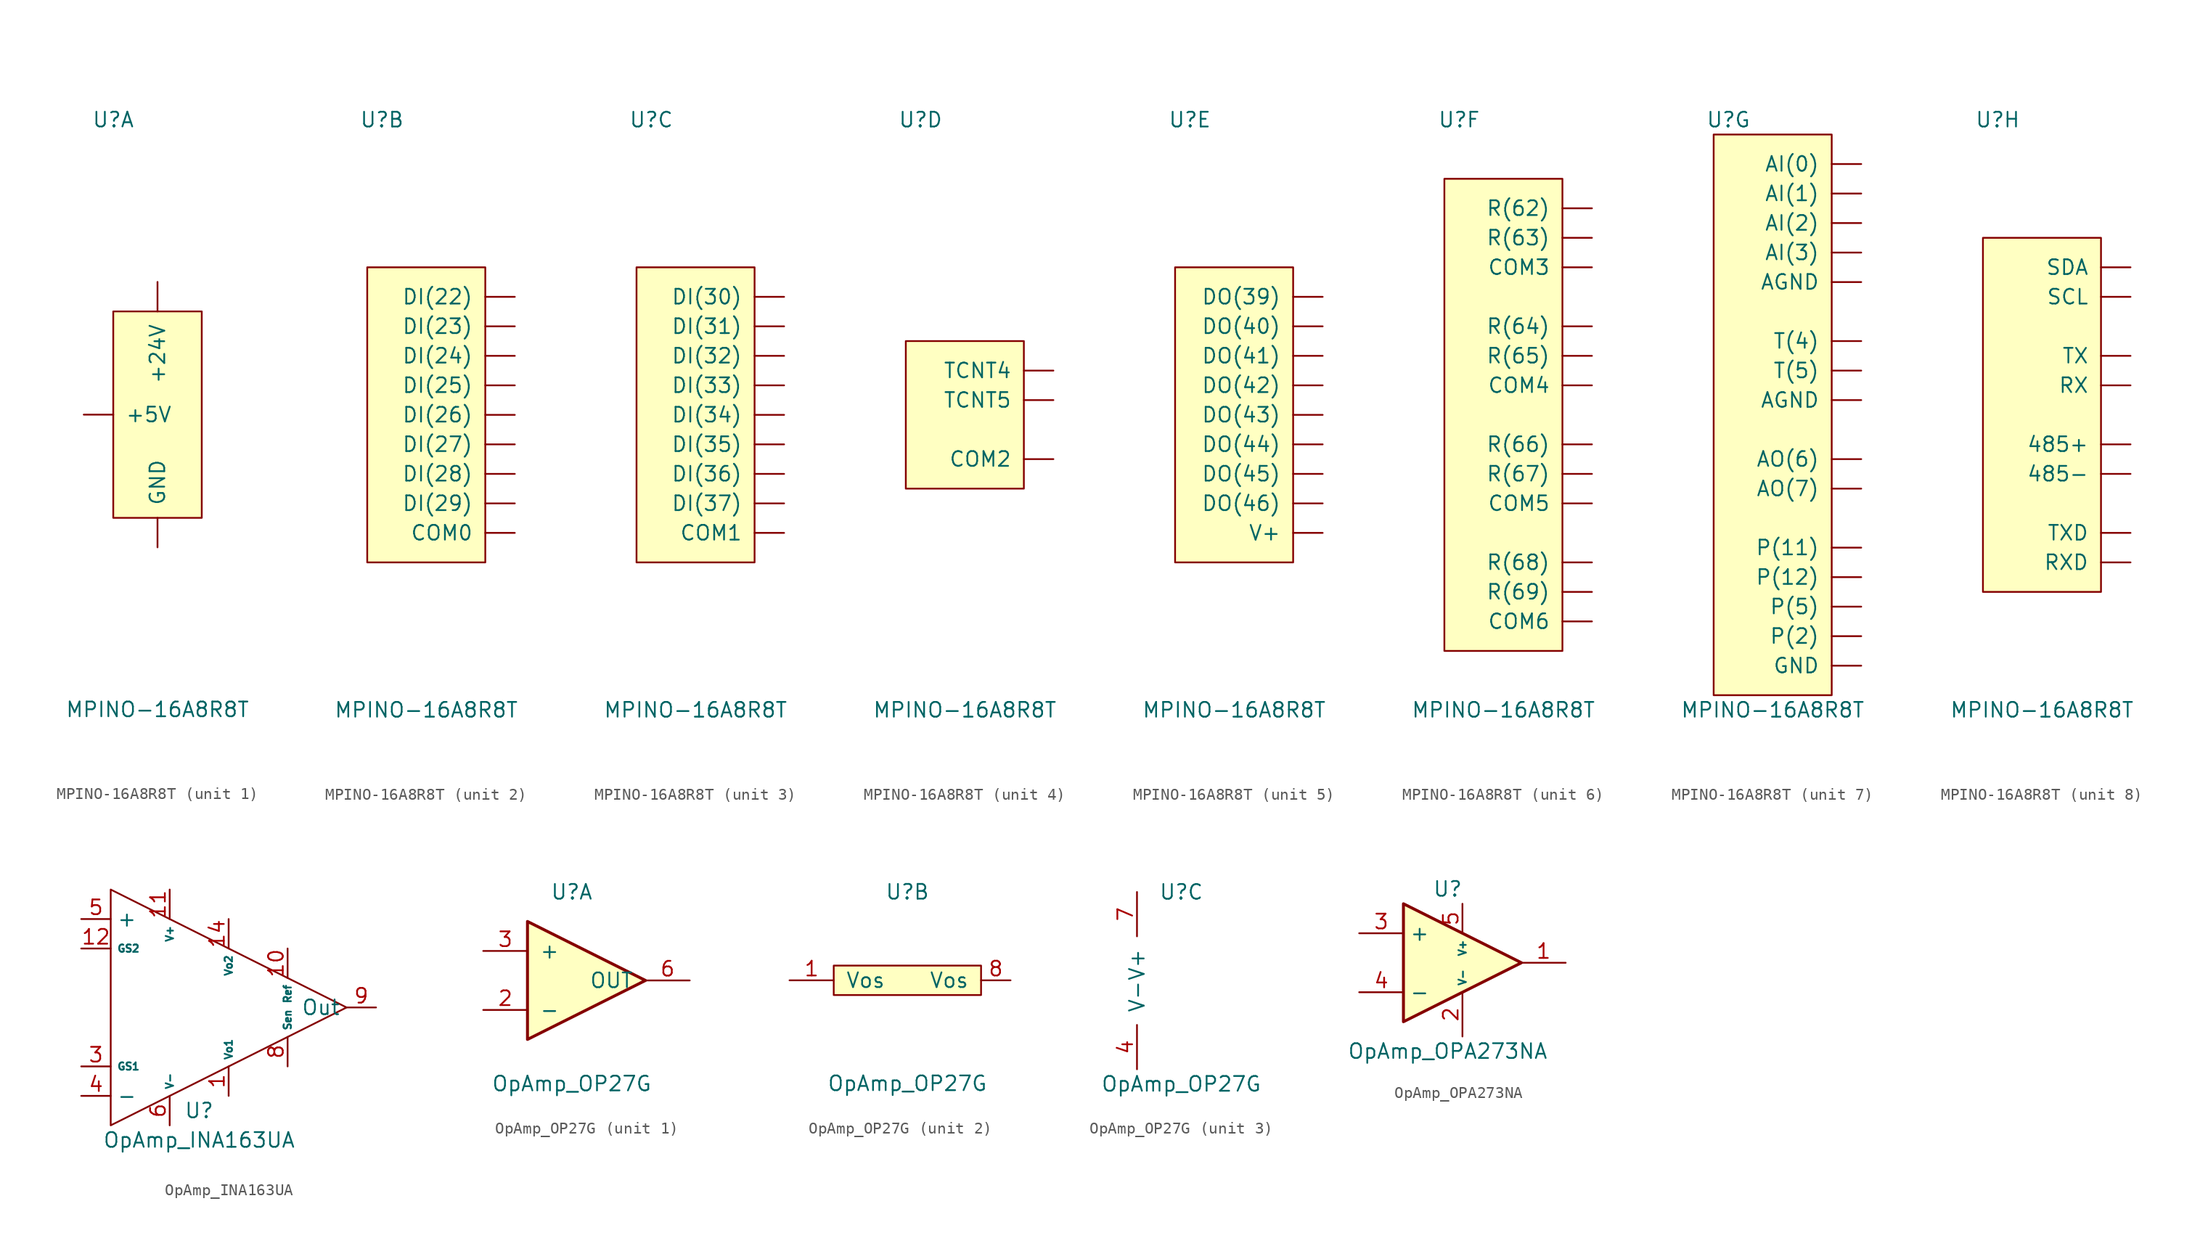
<source format=kicad_sym>
(kicad_symbol_lib
  (version 20211014)
  (generator kicad_symbol_editor)
  (symbol "MPINO-16A8R8T"
    (pin_names
      (offset 1.016))
    (property "Reference" "U"
      (at -3.81 25.4 0)
      (effects (font (size 1.27 1.27))))
    (property "Value" "MPINO-16A8R8T"
      (at 0 -25.4 0)
      (effects (font (size 1.27 1.27))))
    (property "ki_locked" ""
      (at 0 0 0)
      (effects (font (size 1.27 1.27))))
    (symbol "MPINO-16A8R8T_1_1"
      (rectangle (start -3.81 8.89) (end 3.81 -8.89) (stroke (width 0) (type default) (color 0 0 0 0)) (fill (type background)))
      (pin input line (at 0 11.43 270) (length 2.54) (name "+24V" (effects (font (size 1.27 1.27)))) (number "~" (effects (font (size 1.27 1.27)))))
      (pin input line (at -6.35 0 0) (length 2.54) (name "+5V" (effects (font (size 1.27 1.27)))) (number "~" (effects (font (size 1.27 1.27)))))
      (pin input line (at 0 -11.43 90) (length 2.54) (name "GND" (effects (font (size 1.27 1.27)))) (number "~" (effects (font (size 1.27 1.27))))))
    (symbol "MPINO-16A8R8T_2_1"
      (rectangle (start -5.08 12.7) (end 5.08 -12.7) (stroke (width 0) (type default) (color 0 0 0 0)) (fill (type background)))
      (pin input line (at 7.62 -10.16 180) (length 2.54) (name "COM0" (effects (font (size 1.27 1.27)))) (number "~" (effects (font (size 1.27 1.27)))))
      (pin input line (at 7.62 10.16 180) (length 2.54) (name "DI(22)" (effects (font (size 1.27 1.27)))) (number "~" (effects (font (size 1.27 1.27)))))
      (pin input line (at 7.62 7.62 180) (length 2.54) (name "DI(23)" (effects (font (size 1.27 1.27)))) (number "~" (effects (font (size 1.27 1.27)))))
      (pin input line (at 7.62 5.08 180) (length 2.54) (name "DI(24)" (effects (font (size 1.27 1.27)))) (number "~" (effects (font (size 1.27 1.27)))))
      (pin input line (at 7.62 2.54 180) (length 2.54) (name "DI(25)" (effects (font (size 1.27 1.27)))) (number "~" (effects (font (size 1.27 1.27)))))
      (pin input line (at 7.62 0 180) (length 2.54) (name "DI(26)" (effects (font (size 1.27 1.27)))) (number "~" (effects (font (size 1.27 1.27)))))
      (pin input line (at 7.62 -2.54 180) (length 2.54) (name "DI(27)" (effects (font (size 1.27 1.27)))) (number "~" (effects (font (size 1.27 1.27)))))
      (pin input line (at 7.62 -5.08 180) (length 2.54) (name "DI(28)" (effects (font (size 1.27 1.27)))) (number "~" (effects (font (size 1.27 1.27)))))
      (pin input line (at 7.62 -7.62 180) (length 2.54) (name "DI(29)" (effects (font (size 1.27 1.27)))) (number "~" (effects (font (size 1.27 1.27))))))
    (symbol "MPINO-16A8R8T_3_1"
      (rectangle (start -5.08 12.7) (end 5.08 -12.7) (stroke (width 0) (type default) (color 0 0 0 0)) (fill (type background)))
      (pin input line (at 7.62 -10.16 180) (length 2.54) (name "COM1" (effects (font (size 1.27 1.27)))) (number "~" (effects (font (size 1.27 1.27)))))
      (pin input line (at 7.62 10.16 180) (length 2.54) (name "DI(30)" (effects (font (size 1.27 1.27)))) (number "~" (effects (font (size 1.27 1.27)))))
      (pin input line (at 7.62 7.62 180) (length 2.54) (name "DI(31)" (effects (font (size 1.27 1.27)))) (number "~" (effects (font (size 1.27 1.27)))))
      (pin input line (at 7.62 5.08 180) (length 2.54) (name "DI(32)" (effects (font (size 1.27 1.27)))) (number "~" (effects (font (size 1.27 1.27)))))
      (pin input line (at 7.62 2.54 180) (length 2.54) (name "DI(33)" (effects (font (size 1.27 1.27)))) (number "~" (effects (font (size 1.27 1.27)))))
      (pin input line (at 7.62 0 180) (length 2.54) (name "DI(34)" (effects (font (size 1.27 1.27)))) (number "~" (effects (font (size 1.27 1.27)))))
      (pin input line (at 7.62 -2.54 180) (length 2.54) (name "DI(35)" (effects (font (size 1.27 1.27)))) (number "~" (effects (font (size 1.27 1.27)))))
      (pin input line (at 7.62 -5.08 180) (length 2.54) (name "DI(36)" (effects (font (size 1.27 1.27)))) (number "~" (effects (font (size 1.27 1.27)))))
      (pin input line (at 7.62 -7.62 180) (length 2.54) (name "DI(37)" (effects (font (size 1.27 1.27)))) (number "~" (effects (font (size 1.27 1.27))))))
    (symbol "MPINO-16A8R8T_4_1"
      (rectangle (start -5.08 6.35) (end 5.08 -6.35) (stroke (width 0) (type default) (color 0 0 0 0)) (fill (type background)))
      (pin input line (at 7.62 -3.81 180) (length 2.54) (name "COM2" (effects (font (size 1.27 1.27)))) (number "~" (effects (font (size 1.27 1.27)))))
      (pin input line (at 7.62 3.81 180) (length 2.54) (name "TCNT4" (effects (font (size 1.27 1.27)))) (number "~" (effects (font (size 1.27 1.27)))))
      (pin input line (at 7.62 1.27 180) (length 2.54) (name "TCNT5" (effects (font (size 1.27 1.27)))) (number "~" (effects (font (size 1.27 1.27))))))
    (symbol "MPINO-16A8R8T_5_1"
      (rectangle (start -5.08 12.7) (end 5.08 -12.7) (stroke (width 0) (type default) (color 0 0 0 0)) (fill (type background)))
      (pin input line (at 7.62 10.16 180) (length 2.54) (name "DO(39)" (effects (font (size 1.27 1.27)))) (number "~" (effects (font (size 1.27 1.27)))))
      (pin input line (at 7.62 7.62 180) (length 2.54) (name "DO(40)" (effects (font (size 1.27 1.27)))) (number "~" (effects (font (size 1.27 1.27)))))
      (pin input line (at 7.62 5.08 180) (length 2.54) (name "DO(41)" (effects (font (size 1.27 1.27)))) (number "~" (effects (font (size 1.27 1.27)))))
      (pin input line (at 7.62 2.54 180) (length 2.54) (name "DO(42)" (effects (font (size 1.27 1.27)))) (number "~" (effects (font (size 1.27 1.27)))))
      (pin input line (at 7.62 0 180) (length 2.54) (name "DO(43)" (effects (font (size 1.27 1.27)))) (number "~" (effects (font (size 1.27 1.27)))))
      (pin input line (at 7.62 -2.54 180) (length 2.54) (name "DO(44)" (effects (font (size 1.27 1.27)))) (number "~" (effects (font (size 1.27 1.27)))))
      (pin input line (at 7.62 -5.08 180) (length 2.54) (name "DO(45)" (effects (font (size 1.27 1.27)))) (number "~" (effects (font (size 1.27 1.27)))))
      (pin input line (at 7.62 -7.62 180) (length 2.54) (name "DO(46)" (effects (font (size 1.27 1.27)))) (number "~" (effects (font (size 1.27 1.27)))))
      (pin input line (at 7.62 -10.16 180) (length 2.54) (name "V+" (effects (font (size 1.27 1.27)))) (number "~" (effects (font (size 1.27 1.27))))))
    (symbol "MPINO-16A8R8T_6_1"
      (rectangle (start -5.08 20.32) (end 5.08 -20.32) (stroke (width 0) (type default) (color 0 0 0 0)) (fill (type background)))
      (pin input line (at 7.62 12.7 180) (length 2.54) (name "COM3" (effects (font (size 1.27 1.27)))) (number "~" (effects (font (size 1.27 1.27)))))
      (pin input line (at 7.62 2.54 180) (length 2.54) (name "COM4" (effects (font (size 1.27 1.27)))) (number "~" (effects (font (size 1.27 1.27)))))
      (pin input line (at 7.62 -7.62 180) (length 2.54) (name "COM5" (effects (font (size 1.27 1.27)))) (number "~" (effects (font (size 1.27 1.27)))))
      (pin input line (at 7.62 -17.78 180) (length 2.54) (name "COM6" (effects (font (size 1.27 1.27)))) (number "~" (effects (font (size 1.27 1.27)))))
      (pin input line (at 7.62 17.78 180) (length 2.54) (name "R(62)" (effects (font (size 1.27 1.27)))) (number "~" (effects (font (size 1.27 1.27)))))
      (pin input line (at 7.62 15.24 180) (length 2.54) (name "R(63)" (effects (font (size 1.27 1.27)))) (number "~" (effects (font (size 1.27 1.27)))))
      (pin input line (at 7.62 7.62 180) (length 2.54) (name "R(64)" (effects (font (size 1.27 1.27)))) (number "~" (effects (font (size 1.27 1.27)))))
      (pin input line (at 7.62 5.08 180) (length 2.54) (name "R(65)" (effects (font (size 1.27 1.27)))) (number "~" (effects (font (size 1.27 1.27)))))
      (pin input line (at 7.62 -2.54 180) (length 2.54) (name "R(66)" (effects (font (size 1.27 1.27)))) (number "~" (effects (font (size 1.27 1.27)))))
      (pin input line (at 7.62 -5.08 180) (length 2.54) (name "R(67)" (effects (font (size 1.27 1.27)))) (number "~" (effects (font (size 1.27 1.27)))))
      (pin input line (at 7.62 -12.7 180) (length 2.54) (name "R(68)" (effects (font (size 1.27 1.27)))) (number "~" (effects (font (size 1.27 1.27)))))
      (pin input line (at 7.62 -15.24 180) (length 2.54) (name "R(69)" (effects (font (size 1.27 1.27)))) (number "~" (effects (font (size 1.27 1.27))))))
    (symbol "MPINO-16A8R8T_7_1"
      (rectangle (start -5.08 24.13) (end 5.08 -24.13) (stroke (width 0) (type default) (color 0 0 0 0)) (fill (type background)))
      (pin input line (at 7.62 1.27 180) (length 2.54) (name "AGND" (effects (font (size 1.27 1.27)))) (number "~" (effects (font (size 1.27 1.27)))))
      (pin input line (at 7.62 11.43 180) (length 2.54) (name "AGND" (effects (font (size 1.27 1.27)))) (number "~" (effects (font (size 1.27 1.27)))))
      (pin input line (at 7.62 21.59 180) (length 2.54) (name "AI(0)" (effects (font (size 1.27 1.27)))) (number "~" (effects (font (size 1.27 1.27)))))
      (pin input line (at 7.62 19.05 180) (length 2.54) (name "AI(1)" (effects (font (size 1.27 1.27)))) (number "~" (effects (font (size 1.27 1.27)))))
      (pin input line (at 7.62 16.51 180) (length 2.54) (name "AI(2)" (effects (font (size 1.27 1.27)))) (number "~" (effects (font (size 1.27 1.27)))))
      (pin input line (at 7.62 13.97 180) (length 2.54) (name "AI(3)" (effects (font (size 1.27 1.27)))) (number "~" (effects (font (size 1.27 1.27)))))
      (pin input line (at 7.62 -3.81 180) (length 2.54) (name "AO(6)" (effects (font (size 1.27 1.27)))) (number "~" (effects (font (size 1.27 1.27)))))
      (pin input line (at 7.62 -6.35 180) (length 2.54) (name "AO(7)" (effects (font (size 1.27 1.27)))) (number "~" (effects (font (size 1.27 1.27)))))
      (pin input line (at 7.62 -21.59 180) (length 2.54) (name "GND" (effects (font (size 1.27 1.27)))) (number "~" (effects (font (size 1.27 1.27)))))
      (pin input line (at 7.62 -11.43 180) (length 2.54) (name "P(11)" (effects (font (size 1.27 1.27)))) (number "~" (effects (font (size 1.27 1.27)))))
      (pin input line (at 7.62 -13.97 180) (length 2.54) (name "P(12)" (effects (font (size 1.27 1.27)))) (number "~" (effects (font (size 1.27 1.27)))))
      (pin input line (at 7.62 -19.05 180) (length 2.54) (name "P(2)" (effects (font (size 1.27 1.27)))) (number "~" (effects (font (size 1.27 1.27)))))
      (pin input line (at 7.62 -16.51 180) (length 2.54) (name "P(5)" (effects (font (size 1.27 1.27)))) (number "~" (effects (font (size 1.27 1.27)))))
      (pin input line (at 7.62 6.35 180) (length 2.54) (name "T(4)" (effects (font (size 1.27 1.27)))) (number "~" (effects (font (size 1.27 1.27)))))
      (pin input line (at 7.62 3.81 180) (length 2.54) (name "T(5)" (effects (font (size 1.27 1.27)))) (number "~" (effects (font (size 1.27 1.27))))))
    (symbol "MPINO-16A8R8T_8_1"
      (rectangle (start -5.08 15.24) (end 5.08 -15.24) (stroke (width 0) (type default) (color 0 0 0 0)) (fill (type background)))
      (pin input line (at 7.62 -2.54 180) (length 2.54) (name "485+" (effects (font (size 1.27 1.27)))) (number "~" (effects (font (size 1.27 1.27)))))
      (pin input line (at 7.62 -5.08 180) (length 2.54) (name "485-" (effects (font (size 1.27 1.27)))) (number "~" (effects (font (size 1.27 1.27)))))
      (pin input line (at 7.62 2.54 180) (length 2.54) (name "RX" (effects (font (size 1.27 1.27)))) (number "~" (effects (font (size 1.27 1.27)))))
      (pin input line (at 7.62 -12.7 180) (length 2.54) (name "RXD" (effects (font (size 1.27 1.27)))) (number "~" (effects (font (size 1.27 1.27)))))
      (pin input line (at 7.62 10.16 180) (length 2.54) (name "SCL" (effects (font (size 1.27 1.27)))) (number "~" (effects (font (size 1.27 1.27)))))
      (pin input line (at 7.62 12.7 180) (length 2.54) (name "SDA" (effects (font (size 1.27 1.27)))) (number "~" (effects (font (size 1.27 1.27)))))
      (pin input line (at 7.62 5.08 180) (length 2.54) (name "TX" (effects (font (size 1.27 1.27)))) (number "~" (effects (font (size 1.27 1.27)))))
      (pin input line (at 7.62 -10.16 180) (length 2.54) (name "TXD" (effects (font (size 1.27 1.27)))) (number "~" (effects (font (size 1.27 1.27)))))))
  (symbol "OpAmp_INA163UA"
    (property "Reference" "U"
      (at 0 -8.89 0)
      (effects (font (size 1.27 1.27))))
    (property "Value" "OpAmp_INA163UA"
      (at 0 -11.43 0)
      (effects (font (size 1.27 1.27))))
    (symbol "OpAmp_INA163UA_0_1"
      (polyline (pts (xy -7.62 -10.16) (xy -7.62 10.16) (xy 12.7 0) (xy -7.62 -10.16)) (stroke (width 0.152) (type default) (color 0 0 0 0)) (fill (type none))))
    (symbol "OpAmp_INA163UA_1_1"
      (pin output line (at 2.54 -7.62 90) (length 2.54) (name "Vo1" (effects (font (size 0.635 0.635)))) (number "1" (effects (font (size 1.27 1.27)))))
      (pin passive line (at 7.62 5.08 270) (length 2.54) (name "Ref" (effects (font (size 0.635 0.635)))) (number "10" (effects (font (size 1.27 1.27)))))
      (pin power_in line (at -2.54 10.16 270) (length 2.54) (name "V+" (effects (font (size 0.635 0.635)))) (number "11" (effects (font (size 1.27 1.27)))))
      (pin passive line (at -10.16 5.08 0) (length 2.54) (name "GS2" (effects (font (size 0.635 0.635)))) (number "12" (effects (font (size 1.27 1.27)))))
      (pin no_connect line (at -10.16 -2.54 0) (length 2.54) hide (name "" (effects (font (size 1.27 1.27)))) (number "13" (effects (font (size 1.27 1.27)))))
      (pin output line (at 2.54 7.62 270) (length 2.54) (name "Vo2" (effects (font (size 0.635 0.635)))) (number "14" (effects (font (size 1.27 1.27)))))
      (pin no_connect line (at -10.16 2.54 0) (length 2.54) hide (name "" (effects (font (size 1.27 1.27)))) (number "2" (effects (font (size 1.27 1.27)))))
      (pin passive line (at -10.16 -5.08 0) (length 2.54) (name "GS1" (effects (font (size 0.635 0.635)))) (number "3" (effects (font (size 1.27 1.27)))))
      (pin input line (at -10.16 -7.62 0) (length 2.54) (name "-" (effects (font (size 1.27 1.27)))) (number "4" (effects (font (size 1.27 1.27)))))
      (pin input line (at -10.16 7.62 0) (length 2.54) (name "+" (effects (font (size 1.27 1.27)))) (number "5" (effects (font (size 1.27 1.27)))))
      (pin power_in line (at -2.54 -10.16 90) (length 2.54) (name "V-" (effects (font (size 0.635 0.635)))) (number "6" (effects (font (size 1.27 1.27)))))
      (pin no_connect line (at -10.16 0 0) (length 2.54) hide (name "" (effects (font (size 1.27 1.27)))) (number "7" (effects (font (size 1.27 1.27)))))
      (pin passive line (at 7.62 -5.08 90) (length 2.54) (name "Sen" (effects (font (size 0.635 0.635)))) (number "8" (effects (font (size 1.27 1.27)))))
      (pin output line (at 15.24 0 180) (length 2.54) (name "Out" (effects (font (size 1.27 1.27)))) (number "9" (effects (font (size 1.27 1.27)))))))
  (symbol "OpAmp_OP27G"
    (pin_names
      (offset 1.016))
    (property "Reference" "U"
      (at 0 7.62 0)
      (effects (font (size 1.27 1.27))))
    (property "Value" "OpAmp_OP27G"
      (at 0 -8.89 0)
      (effects (font (size 1.27 1.27))))
    (property "ki_locked" ""
      (at 0 0 0)
      (effects (font (size 1.27 1.27))))
    (symbol "OpAmp_OP27G_1_1"
      (polyline (pts (xy -3.81 5.08) (xy 6.35 0) (xy -3.81 -5.08) (xy -3.81 5.08)) (stroke (width 0.254) (type default) (color 0 0 0 0)) (fill (type background)))
      (pin input line (at -7.62 -2.54 0) (length 3.81) (name "-" (effects (font (size 1.27 1.27)))) (number "2" (effects (font (size 1.27 1.27)))))
      (pin input line (at -7.62 2.54 0) (length 3.81) (name "+" (effects (font (size 1.27 1.27)))) (number "3" (effects (font (size 1.27 1.27)))))
      (pin output line (at 10.16 0 180) (length 3.81) (name "OUT" (effects (font (size 1.27 1.27)))) (number "6" (effects (font (size 1.27 1.27))))))
    (symbol "OpAmp_OP27G_2_1"
      (rectangle (start 6.35 -1.27) (end -6.35 1.27) (stroke (width 0) (type default) (color 0 0 0 0)) (fill (type background)))
      (pin unspecified line (at -10.16 0 0) (length 3.81) (name "Vos" (effects (font (size 1.27 1.27)))) (number "1" (effects (font (size 1.27 1.27)))))
      (pin unspecified line (at 8.89 0 180) (length 2.54) (name "Vos" (effects (font (size 1.27 1.27)))) (number "8" (effects (font (size 1.27 1.27))))))
    (symbol "OpAmp_OP27G_3_1"
      (pin power_in line (at -3.81 -7.62 90) (length 3.81) (name "V-" (effects (font (size 1.27 1.27)))) (number "4" (effects (font (size 1.27 1.27)))))
      (pin power_in line (at -3.81 7.62 270) (length 3.81) (name "V+" (effects (font (size 1.27 1.27)))) (number "7" (effects (font (size 1.27 1.27)))))))
  (symbol "OpAmp_OPA273NA"
    (property "Reference" "U"
      (at 0 6.35 0)
      (effects (font (size 1.27 1.27))))
    (property "Value" "OpAmp_OPA273NA"
      (at 0 -7.62 0)
      (effects (font (size 1.27 1.27))))
    (symbol "OpAmp_OPA273NA_1_1"
      (polyline (pts (xy -3.81 5.08) (xy 6.35 0) (xy -3.81 -5.08) (xy -3.81 5.08)) (stroke (width 0.254) (type default) (color 0 0 0 0)) (fill (type background)))
      (pin output line (at 10.16 0 180) (length 3.81) (name "" (effects (font (size 1.27 1.27)))) (number "1" (effects (font (size 1.27 1.27)))))
      (pin power_in line (at 1.27 -6.35 90) (length 3.81) (name "V-" (effects (font (size 0.635 0.635)))) (number "2" (effects (font (size 1.27 1.27)))))
      (pin input line (at -7.62 2.54 0) (length 3.81) (name "+" (effects (font (size 1.27 1.27)))) (number "3" (effects (font (size 1.27 1.27)))))
      (pin input line (at -7.62 -2.54 0) (length 3.81) (name "-" (effects (font (size 1.27 1.27)))) (number "4" (effects (font (size 1.27 1.27)))))
      (pin power_in line (at 1.27 5.08 270) (length 2.54) (name "V+" (effects (font (size 0.635 0.635)))) (number "5" (effects (font (size 1.27 1.27))))))))
</source>
